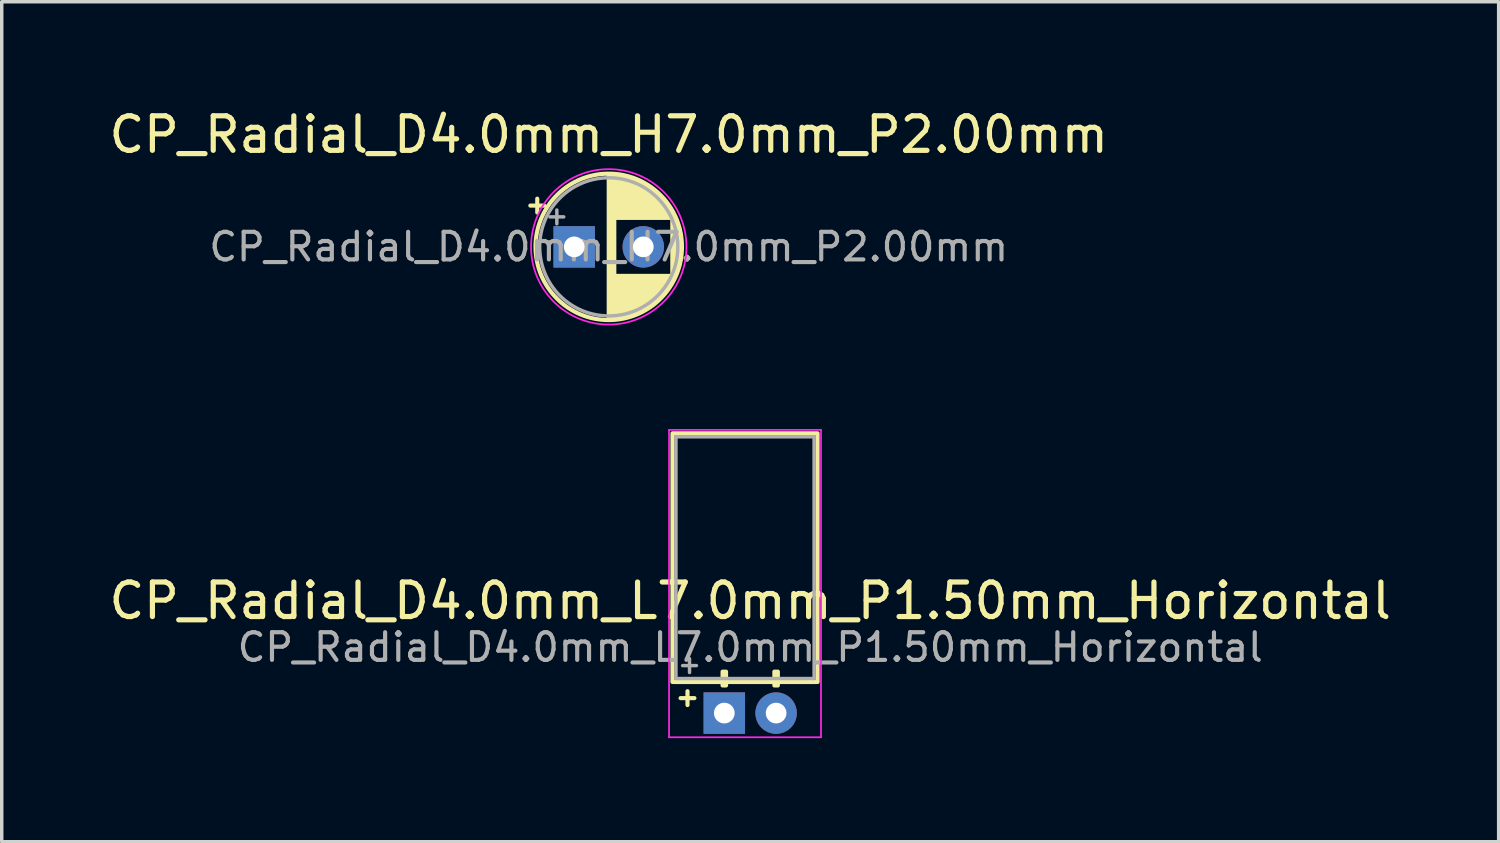
<source format=kicad_pcb>
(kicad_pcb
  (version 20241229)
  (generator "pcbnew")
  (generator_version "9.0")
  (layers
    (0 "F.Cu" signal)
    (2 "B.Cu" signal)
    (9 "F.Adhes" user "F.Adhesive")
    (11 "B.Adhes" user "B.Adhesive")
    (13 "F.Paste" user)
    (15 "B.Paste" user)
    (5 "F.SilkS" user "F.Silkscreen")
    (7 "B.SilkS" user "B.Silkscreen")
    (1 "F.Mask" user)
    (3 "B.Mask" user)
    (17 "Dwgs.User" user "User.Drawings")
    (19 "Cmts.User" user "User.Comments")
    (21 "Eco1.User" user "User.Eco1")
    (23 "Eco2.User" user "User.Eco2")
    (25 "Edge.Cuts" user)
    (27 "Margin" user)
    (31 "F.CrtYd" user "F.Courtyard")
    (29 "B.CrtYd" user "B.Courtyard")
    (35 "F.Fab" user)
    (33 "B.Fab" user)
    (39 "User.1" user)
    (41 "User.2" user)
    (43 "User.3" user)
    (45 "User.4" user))
  (footprint "CP_Radial_D4.0mm_L7.0mm_P1.50mm_Horizontal"
    (layer "F.Cu")
    (at 17.923 17.598)
    (property "Reference" "CP_Radial_D4.0mm_L7.0mm_P1.50mm_Horizontal" (at 0.75 -3.25 0) (layer "F.SilkS") (effects (font (size 1 1) (thickness 0.15))))
    (attr through_hole)
    (fp_line (start -1.5 -8.1) (end -1.5 -0.9) (stroke (width 0.12) (type solid)) (layer "F.SilkS"))
    (fp_line (start -1.45 -8.1) (end 2.65 -8.1) (stroke (width 0.12) (type solid)) (layer "F.SilkS"))
    (fp_line (start -1.45 -0.9) (end 2.65 -0.9) (stroke (width 0.12) (type solid)) (layer "F.SilkS"))
    (fp_line (start -1.266 -0.433) (end -0.866 -0.433) (stroke (width 0.12) (type solid)) (layer "F.SilkS"))
    (fp_line (start -1.066 -0.633) (end -1.066 -0.233) (stroke (width 0.12) (type solid)) (layer "F.SilkS"))
    (fp_line (start -0.05 -1.2) (end -0.05 -0.8) (stroke (width 0.12) (type solid)) (layer "F.SilkS"))
    (fp_line (start 0 -1.2) (end 0 -0.8) (stroke (width 0.12) (type solid)) (layer "F.SilkS"))
    (fp_line (start 0.05 -1.2) (end 0.05 -0.8) (stroke (width 0.12) (type solid)) (layer "F.SilkS"))
    (fp_line (start 1.45 -1.2) (end 1.45 -0.8) (stroke (width 0.12) (type solid)) (layer "F.SilkS"))
    (fp_line (start 1.5 -1.2) (end 1.5 -0.8) (stroke (width 0.12) (type solid)) (layer "F.SilkS"))
    (fp_line (start 1.55 -1.2) (end 1.55 -0.8) (stroke (width 0.12) (type solid)) (layer "F.SilkS"))
    (fp_line (start 2.7 -8.1) (end 2.7 -0.9) (stroke (width 0.12) (type solid)) (layer "F.SilkS"))
    (fp_line (start -1.6 -8.2) (end -1.6 0.7) (stroke (width 0.05) (type solid)) (layer "F.CrtYd"))
    (fp_line (start -1.6 -8.2) (end 2.8 -8.2) (stroke (width 0.05) (type solid)) (layer "F.CrtYd"))
    (fp_line (start -1.6 0.7) (end 2.8 0.7) (stroke (width 0.05) (type solid)) (layer "F.CrtYd"))
    (fp_line (start 2.8 -8.2) (end 2.8 0.7) (stroke (width 0.05) (type solid)) (layer "F.CrtYd"))
    (fp_line (start -1.4 -8) (end -1.4 -1) (stroke (width 0.1) (type solid)) (layer "F.Fab"))
    (fp_line (start -1.4 -8) (end 2.6 -8) (stroke (width 0.1) (type solid)) (layer "F.Fab"))
    (fp_line (start -1.4 -1) (end 2.6 -1) (stroke (width 0.1) (type solid)) (layer "F.Fab"))
    (fp_line (start -1.207 -1.375) (end -0.807 -1.375) (stroke (width 0.1) (type solid)) (layer "F.Fab"))
    (fp_line (start -1.007 -1.575) (end -1.007 -1.175) (stroke (width 0.1) (type solid)) (layer "F.Fab"))
    (fp_line (start 2.6 -8) (end 2.6 -1) (stroke (width 0.1) (type solid)) (layer "F.Fab"))
    (fp_text user "${REFERENCE}" (at 0.75 -1.905 0) (layer "F.Fab") (effects (font (size 0.8 0.8) (thickness 0.12))))
    (pad "1" thru_hole rect (at 0 0) (size 1.2 1.2) (drill 0.6) (layers "*.Cu" "*.Mask"))
    (pad "2" thru_hole circle (at 1.5 0) (size 1.2 1.2) (drill 0.6) (layers "*.Cu" "*.Mask")))
  (footprint "CP_Radial_D4.0mm_H7.0mm_P2.00mm"
    (layer "F.Cu")
    (at 13.577 4.098)
    (property "Reference" "CP_Radial_D4.0mm_H7.0mm_P2.00mm" (at 1 -3.25 0) (layer "F.SilkS") (effects (font (size 1 1) (thickness 0.15))))
    (attr through_hole)
    (fp_line (start -1.27 -1.195) (end -0.87 -1.195) (stroke (width 0.12) (type solid)) (layer "F.SilkS"))
    (fp_line (start -1.07 -1.395) (end -1.07 -0.995) (stroke (width 0.12) (type solid)) (layer "F.SilkS"))
    (fp_line (start 1 -2.08) (end 1 2.08) (stroke (width 0.12) (type solid)) (layer "F.SilkS"))
    (fp_line (start 1.04 -2.08) (end 1.04 2.08) (stroke (width 0.12) (type solid)) (layer "F.SilkS"))
    (fp_line (start 1.08 -2.079) (end 1.08 2.079) (stroke (width 0.12) (type solid)) (layer "F.SilkS"))
    (fp_line (start 1.12 -2.077) (end 1.12 2.077) (stroke (width 0.12) (type solid)) (layer "F.SilkS"))
    (fp_line (start 1.16 -2.074) (end 1.16 2.074) (stroke (width 0.12) (type solid)) (layer "F.SilkS"))
    (fp_line (start 1.2 -2.071) (end 1.2 -0.84) (stroke (width 0.12) (type solid)) (layer "F.SilkS"))
    (fp_line (start 1.2 0.84) (end 1.2 2.071) (stroke (width 0.12) (type solid)) (layer "F.SilkS"))
    (fp_line (start 1.24 -2.067) (end 1.24 -0.84) (stroke (width 0.12) (type solid)) (layer "F.SilkS"))
    (fp_line (start 1.24 0.84) (end 1.24 2.067) (stroke (width 0.12) (type solid)) (layer "F.SilkS"))
    (fp_line (start 1.28 -2.062) (end 1.28 -0.84) (stroke (width 0.12) (type solid)) (layer "F.SilkS"))
    (fp_line (start 1.28 0.84) (end 1.28 2.062) (stroke (width 0.12) (type solid)) (layer "F.SilkS"))
    (fp_line (start 1.32 -2.056) (end 1.32 -0.84) (stroke (width 0.12) (type solid)) (layer "F.SilkS"))
    (fp_line (start 1.32 0.84) (end 1.32 2.056) (stroke (width 0.12) (type solid)) (layer "F.SilkS"))
    (fp_line (start 1.36 -2.05) (end 1.36 -0.84) (stroke (width 0.12) (type solid)) (layer "F.SilkS"))
    (fp_line (start 1.36 0.84) (end 1.36 2.05) (stroke (width 0.12) (type solid)) (layer "F.SilkS"))
    (fp_line (start 1.4 -2.042) (end 1.4 -0.84) (stroke (width 0.12) (type solid)) (layer "F.SilkS"))
    (fp_line (start 1.4 0.84) (end 1.4 2.042) (stroke (width 0.12) (type solid)) (layer "F.SilkS"))
    (fp_line (start 1.44 -2.034) (end 1.44 -0.84) (stroke (width 0.12) (type solid)) (layer "F.SilkS"))
    (fp_line (start 1.44 0.84) (end 1.44 2.034) (stroke (width 0.12) (type solid)) (layer "F.SilkS"))
    (fp_line (start 1.48 -2.025) (end 1.48 -0.84) (stroke (width 0.12) (type solid)) (layer "F.SilkS"))
    (fp_line (start 1.48 0.84) (end 1.48 2.025) (stroke (width 0.12) (type solid)) (layer "F.SilkS"))
    (fp_line (start 1.52 -2.016) (end 1.52 -0.84) (stroke (width 0.12) (type solid)) (layer "F.SilkS"))
    (fp_line (start 1.52 0.84) (end 1.52 2.016) (stroke (width 0.12) (type solid)) (layer "F.SilkS"))
    (fp_line (start 1.56 -2.005) (end 1.56 -0.84) (stroke (width 0.12) (type solid)) (layer "F.SilkS"))
    (fp_line (start 1.56 0.84) (end 1.56 2.005) (stroke (width 0.12) (type solid)) (layer "F.SilkS"))
    (fp_line (start 1.6 -1.994) (end 1.6 -0.84) (stroke (width 0.12) (type solid)) (layer "F.SilkS"))
    (fp_line (start 1.6 0.84) (end 1.6 1.994) (stroke (width 0.12) (type solid)) (layer "F.SilkS"))
    (fp_line (start 1.64 -1.982) (end 1.64 -0.84) (stroke (width 0.12) (type solid)) (layer "F.SilkS"))
    (fp_line (start 1.64 0.84) (end 1.64 1.982) (stroke (width 0.12) (type solid)) (layer "F.SilkS"))
    (fp_line (start 1.68 -1.968) (end 1.68 -0.84) (stroke (width 0.12) (type solid)) (layer "F.SilkS"))
    (fp_line (start 1.68 0.84) (end 1.68 1.968) (stroke (width 0.12) (type solid)) (layer "F.SilkS"))
    (fp_line (start 1.721 -1.954) (end 1.721 -0.84) (stroke (width 0.12) (type solid)) (layer "F.SilkS"))
    (fp_line (start 1.721 0.84) (end 1.721 1.954) (stroke (width 0.12) (type solid)) (layer "F.SilkS"))
    (fp_line (start 1.761 -1.94) (end 1.761 -0.84) (stroke (width 0.12) (type solid)) (layer "F.SilkS"))
    (fp_line (start 1.761 0.84) (end 1.761 1.94) (stroke (width 0.12) (type solid)) (layer "F.SilkS"))
    (fp_line (start 1.801 -1.924) (end 1.801 -0.84) (stroke (width 0.12) (type solid)) (layer "F.SilkS"))
    (fp_line (start 1.801 0.84) (end 1.801 1.924) (stroke (width 0.12) (type solid)) (layer "F.SilkS"))
    (fp_line (start 1.841 -1.907) (end 1.841 -0.84) (stroke (width 0.12) (type solid)) (layer "F.SilkS"))
    (fp_line (start 1.841 0.84) (end 1.841 1.907) (stroke (width 0.12) (type solid)) (layer "F.SilkS"))
    (fp_line (start 1.881 -1.889) (end 1.881 -0.84) (stroke (width 0.12) (type solid)) (layer "F.SilkS"))
    (fp_line (start 1.881 0.84) (end 1.881 1.889) (stroke (width 0.12) (type solid)) (layer "F.SilkS"))
    (fp_line (start 1.921 -1.87) (end 1.921 -0.84) (stroke (width 0.12) (type solid)) (layer "F.SilkS"))
    (fp_line (start 1.921 0.84) (end 1.921 1.87) (stroke (width 0.12) (type solid)) (layer "F.SilkS"))
    (fp_line (start 1.961 -1.851) (end 1.961 -0.84) (stroke (width 0.12) (type solid)) (layer "F.SilkS"))
    (fp_line (start 1.961 0.84) (end 1.961 1.851) (stroke (width 0.12) (type solid)) (layer "F.SilkS"))
    (fp_line (start 2.001 -1.83) (end 2.001 -0.84) (stroke (width 0.12) (type solid)) (layer "F.SilkS"))
    (fp_line (start 2.001 0.84) (end 2.001 1.83) (stroke (width 0.12) (type solid)) (layer "F.SilkS"))
    (fp_line (start 2.041 -1.808) (end 2.041 -0.84) (stroke (width 0.12) (type solid)) (layer "F.SilkS"))
    (fp_line (start 2.041 0.84) (end 2.041 1.808) (stroke (width 0.12) (type solid)) (layer "F.SilkS"))
    (fp_line (start 2.081 -1.785) (end 2.081 -0.84) (stroke (width 0.12) (type solid)) (layer "F.SilkS"))
    (fp_line (start 2.081 0.84) (end 2.081 1.785) (stroke (width 0.12) (type solid)) (layer "F.SilkS"))
    (fp_line (start 2.121 -1.76) (end 2.121 -0.84) (stroke (width 0.12) (type solid)) (layer "F.SilkS"))
    (fp_line (start 2.121 0.84) (end 2.121 1.76) (stroke (width 0.12) (type solid)) (layer "F.SilkS"))
    (fp_line (start 2.161 -1.735) (end 2.161 -0.84) (stroke (width 0.12) (type solid)) (layer "F.SilkS"))
    (fp_line (start 2.161 0.84) (end 2.161 1.735) (stroke (width 0.12) (type solid)) (layer "F.SilkS"))
    (fp_line (start 2.201 -1.708) (end 2.201 -0.84) (stroke (width 0.12) (type solid)) (layer "F.SilkS"))
    (fp_line (start 2.201 0.84) (end 2.201 1.708) (stroke (width 0.12) (type solid)) (layer "F.SilkS"))
    (fp_line (start 2.241 -1.68) (end 2.241 -0.84) (stroke (width 0.12) (type solid)) (layer "F.SilkS"))
    (fp_line (start 2.241 0.84) (end 2.241 1.68) (stroke (width 0.12) (type solid)) (layer "F.SilkS"))
    (fp_line (start 2.281 -1.65) (end 2.281 -0.84) (stroke (width 0.12) (type solid)) (layer "F.SilkS"))
    (fp_line (start 2.281 0.84) (end 2.281 1.65) (stroke (width 0.12) (type solid)) (layer "F.SilkS"))
    (fp_line (start 2.321 -1.619) (end 2.321 -0.84) (stroke (width 0.12) (type solid)) (layer "F.SilkS"))
    (fp_line (start 2.321 0.84) (end 2.321 1.619) (stroke (width 0.12) (type solid)) (layer "F.SilkS"))
    (fp_line (start 2.361 -1.587) (end 2.361 -0.84) (stroke (width 0.12) (type solid)) (layer "F.SilkS"))
    (fp_line (start 2.361 0.84) (end 2.361 1.587) (stroke (width 0.12) (type solid)) (layer "F.SilkS"))
    (fp_line (start 2.401 -1.552) (end 2.401 -0.84) (stroke (width 0.12) (type solid)) (layer "F.SilkS"))
    (fp_line (start 2.401 0.84) (end 2.401 1.552) (stroke (width 0.12) (type solid)) (layer "F.SilkS"))
    (fp_line (start 2.441 -1.516) (end 2.441 -0.84) (stroke (width 0.12) (type solid)) (layer "F.SilkS"))
    (fp_line (start 2.441 0.84) (end 2.441 1.516) (stroke (width 0.12) (type solid)) (layer "F.SilkS"))
    (fp_line (start 2.481 -1.478) (end 2.481 -0.84) (stroke (width 0.12) (type solid)) (layer "F.SilkS"))
    (fp_line (start 2.481 0.84) (end 2.481 1.478) (stroke (width 0.12) (type solid)) (layer "F.SilkS"))
    (fp_line (start 2.521 -1.438) (end 2.521 -0.84) (stroke (width 0.12) (type solid)) (layer "F.SilkS"))
    (fp_line (start 2.521 0.84) (end 2.521 1.438) (stroke (width 0.12) (type solid)) (layer "F.SilkS"))
    (fp_line (start 2.561 -1.396) (end 2.561 -0.84) (stroke (width 0.12) (type solid)) (layer "F.SilkS"))
    (fp_line (start 2.561 0.84) (end 2.561 1.396) (stroke (width 0.12) (type solid)) (layer "F.SilkS"))
    (fp_line (start 2.601 -1.351) (end 2.601 -0.84) (stroke (width 0.12) (type solid)) (layer "F.SilkS"))
    (fp_line (start 2.601 0.84) (end 2.601 1.351) (stroke (width 0.12) (type solid)) (layer "F.SilkS"))
    (fp_line (start 2.641 -1.304) (end 2.641 -0.84) (stroke (width 0.12) (type solid)) (layer "F.SilkS"))
    (fp_line (start 2.641 0.84) (end 2.641 1.304) (stroke (width 0.12) (type solid)) (layer "F.SilkS"))
    (fp_line (start 2.681 -1.254) (end 2.681 -0.84) (stroke (width 0.12) (type solid)) (layer "F.SilkS"))
    (fp_line (start 2.681 0.84) (end 2.681 1.254) (stroke (width 0.12) (type solid)) (layer "F.SilkS"))
    (fp_line (start 2.721 -1.2) (end 2.721 -0.84) (stroke (width 0.12) (type solid)) (layer "F.SilkS"))
    (fp_line (start 2.721 0.84) (end 2.721 1.2) (stroke (width 0.12) (type solid)) (layer "F.SilkS"))
    (fp_line (start 2.761 -1.142) (end 2.761 -0.84) (stroke (width 0.12) (type solid)) (layer "F.SilkS"))
    (fp_line (start 2.761 0.84) (end 2.761 1.142) (stroke (width 0.12) (type solid)) (layer "F.SilkS"))
    (fp_line (start 2.801 -1.08) (end 2.801 -0.84) (stroke (width 0.12) (type solid)) (layer "F.SilkS"))
    (fp_line (start 2.801 0.84) (end 2.801 1.08) (stroke (width 0.12) (type solid)) (layer "F.SilkS"))
    (fp_line (start 2.841 -1.013) (end 2.841 1.013) (stroke (width 0.12) (type solid)) (layer "F.SilkS"))
    (fp_line (start 2.881 -0.94) (end 2.881 0.94) (stroke (width 0.12) (type solid)) (layer "F.SilkS"))
    (fp_line (start 2.921 -0.859) (end 2.921 0.859) (stroke (width 0.12) (type solid)) (layer "F.SilkS"))
    (fp_line (start 2.961 -0.768) (end 2.961 0.768) (stroke (width 0.12) (type solid)) (layer "F.SilkS"))
    (fp_line (start 3.001 -0.664) (end 3.001 0.664) (stroke (width 0.12) (type solid)) (layer "F.SilkS"))
    (fp_line (start 3.041 -0.537) (end 3.041 0.537) (stroke (width 0.12) (type solid)) (layer "F.SilkS"))
    (fp_line (start 3.081 -0.37) (end 3.081 0.37) (stroke (width 0.12) (type solid)) (layer "F.SilkS"))
    (fp_circle (center 1 0) (end 3.12 0) (stroke (width 0.12) (type solid)) (fill no) (layer "F.SilkS"))
    (fp_circle (center 1 0) (end 3.25 0) (stroke (width 0.05) (type solid)) (fill no) (layer "F.CrtYd"))
    (fp_line (start -0.703 -0.868) (end -0.303 -0.868) (stroke (width 0.1) (type solid)) (layer "F.Fab"))
    (fp_line (start -0.503 -1.067) (end -0.503 -0.667) (stroke (width 0.1) (type solid)) (layer "F.Fab"))
    (fp_circle (center 1 0) (end 3 0) (stroke (width 0.1) (type solid)) (fill no) (layer "F.Fab"))
    (fp_text user "${REFERENCE}" (at 1 0 0) (layer "F.Fab") (effects (font (size 0.8 0.8) (thickness 0.12))))
    (pad "1" thru_hole rect (at 0 0) (size 1.2 1.2) (drill 0.6) (layers "*.Cu" "*.Mask"))
    (pad "2" thru_hole circle (at 2 0) (size 1.2 1.2) (drill 0.6) (layers "*.Cu" "*.Mask")))
  (gr_rect
    (start -3 -3)
    (end 40.345 21.323)
    (stroke (width 0.1) (type default))
    (fill no)
    (layer "Edge.Cuts")))
</source>
